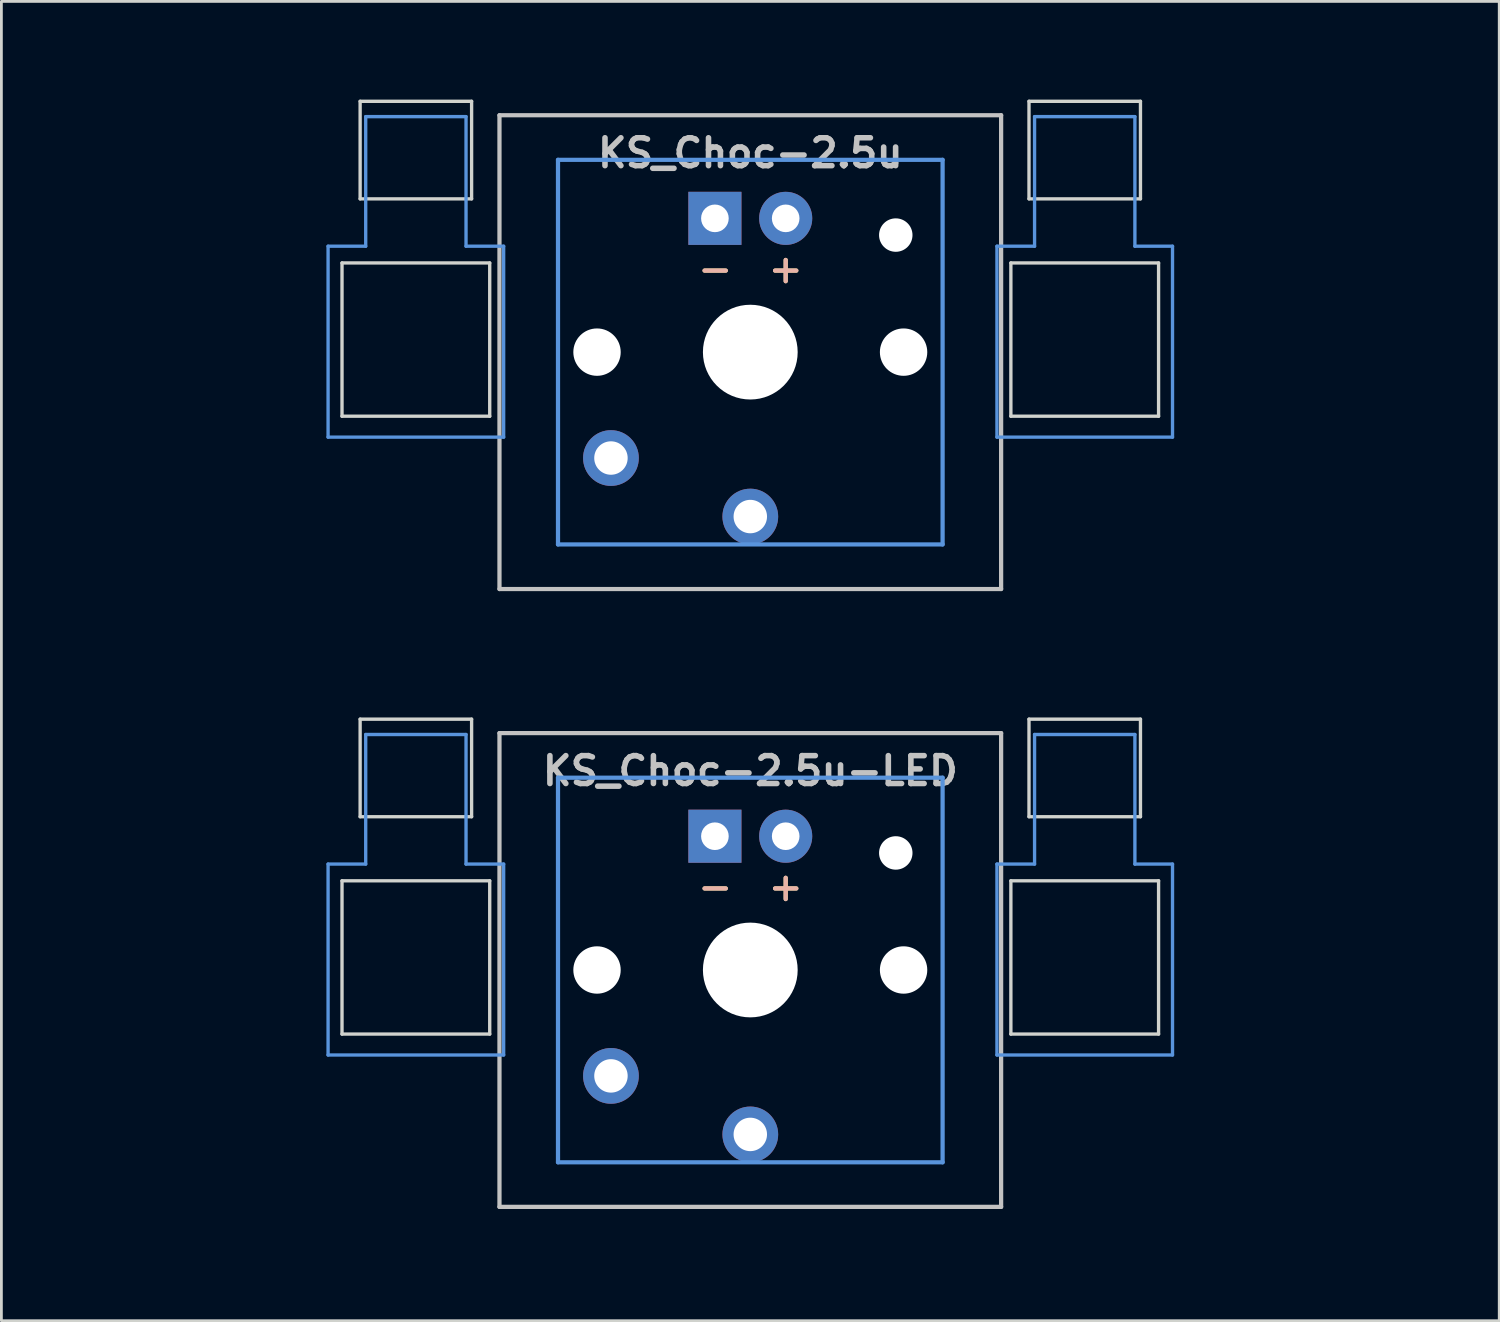
<source format=kicad_pcb>
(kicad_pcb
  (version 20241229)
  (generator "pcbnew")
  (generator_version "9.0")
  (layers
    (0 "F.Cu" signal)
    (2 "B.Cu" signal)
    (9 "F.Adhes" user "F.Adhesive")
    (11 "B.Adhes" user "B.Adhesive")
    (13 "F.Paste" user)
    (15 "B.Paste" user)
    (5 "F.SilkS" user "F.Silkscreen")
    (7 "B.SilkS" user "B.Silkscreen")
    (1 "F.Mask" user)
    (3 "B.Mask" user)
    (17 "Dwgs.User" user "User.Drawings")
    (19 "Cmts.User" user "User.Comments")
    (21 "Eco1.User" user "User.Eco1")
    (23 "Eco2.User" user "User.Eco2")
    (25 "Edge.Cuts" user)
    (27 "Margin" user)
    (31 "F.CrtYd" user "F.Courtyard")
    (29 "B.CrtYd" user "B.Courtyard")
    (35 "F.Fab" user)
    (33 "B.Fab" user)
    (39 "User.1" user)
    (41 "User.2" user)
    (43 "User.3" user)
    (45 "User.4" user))
  (footprint "KS_Choc-2.5u"
    (layer "F.Cu")
    (at 23.872 9.585)
    (property "Reference" "KS_Choc-2.5u" (at 0 -7.144 180) (layer "Dwgs.User") (effects (font (size 1 1) (thickness 0.2))))
    (attr through_hole)
    (fp_line (start -9 -8.5) (end 9 -8.5) (stroke (width 0.152) (type solid)) (layer "Dwgs.User"))
    (fp_line (start -9 8.5) (end -9 -8.5) (stroke (width 0.152) (type solid)) (layer "Dwgs.User"))
    (fp_line (start 9 -8.5) (end 9 8.5) (stroke (width 0.152) (type solid)) (layer "Dwgs.User"))
    (fp_line (start 9 8.5) (end -9 8.5) (stroke (width 0.152) (type solid)) (layer "Dwgs.User"))
    (fp_line (start -15.15 -3.8) (end -13.8 -3.8) (stroke (width 0.12) (type solid)) (layer "Cmts.User"))
    (fp_line (start -15.15 3.05) (end -15.15 -3.8) (stroke (width 0.12) (type solid)) (layer "Cmts.User"))
    (fp_line (start -15.15 3.05) (end -8.85 3.05) (stroke (width 0.12) (type solid)) (layer "Cmts.User"))
    (fp_line (start -13.8 -8.45) (end -13.8 -3.8) (stroke (width 0.12) (type solid)) (layer "Cmts.User"))
    (fp_line (start -13.8 -8.45) (end -10.2 -8.45) (stroke (width 0.12) (type solid)) (layer "Cmts.User"))
    (fp_line (start -10.2 -8.45) (end -10.2 -3.8) (stroke (width 0.12) (type solid)) (layer "Cmts.User"))
    (fp_line (start -10.2 -3.8) (end -8.85 -3.8) (stroke (width 0.12) (type solid)) (layer "Cmts.User"))
    (fp_line (start -8.85 3.05) (end -8.85 -3.8) (stroke (width 0.12) (type solid)) (layer "Cmts.User"))
    (fp_line (start -6.9 -6.9) (end 6.9 -6.9) (stroke (width 0.152) (type solid)) (layer "Cmts.User"))
    (fp_line (start -6.9 6.9) (end -6.9 -6.9) (stroke (width 0.152) (type solid)) (layer "Cmts.User"))
    (fp_line (start 6.9 -6.9) (end 6.9 6.9) (stroke (width 0.152) (type solid)) (layer "Cmts.User"))
    (fp_line (start 6.9 6.9) (end -6.9 6.9) (stroke (width 0.152) (type solid)) (layer "Cmts.User"))
    (fp_line (start 8.85 -3.8) (end 10.2 -3.8) (stroke (width 0.12) (type solid)) (layer "Cmts.User"))
    (fp_line (start 8.85 3.05) (end 8.85 -3.8) (stroke (width 0.12) (type solid)) (layer "Cmts.User"))
    (fp_line (start 8.85 3.05) (end 15.15 3.05) (stroke (width 0.12) (type solid)) (layer "Cmts.User"))
    (fp_line (start 10.2 -8.45) (end 10.2 -3.8) (stroke (width 0.12) (type solid)) (layer "Cmts.User"))
    (fp_line (start 10.2 -8.45) (end 13.8 -8.45) (stroke (width 0.12) (type solid)) (layer "Cmts.User"))
    (fp_line (start 13.8 -8.45) (end 13.8 -3.8) (stroke (width 0.12) (type solid)) (layer "Cmts.User"))
    (fp_line (start 13.8 -3.8) (end 15.15 -3.8) (stroke (width 0.12) (type solid)) (layer "Cmts.User"))
    (fp_line (start 15.15 3.05) (end 15.15 -3.8) (stroke (width 0.12) (type solid)) (layer "Cmts.User"))
    (fp_line (start -23.812 -9.525) (end -23.812 9.525) (stroke (width 0.12) (type solid)) (layer "Eco1.User"))
    (fp_line (start -23.812 -9.525) (end 23.812 -9.525) (stroke (width 0.12) (type solid)) (layer "Eco1.User"))
    (fp_line (start -23.812 9.525) (end 23.812 9.525) (stroke (width 0.12) (type solid)) (layer "Eco1.User"))
    (fp_line (start 23.812 -9.525) (end 23.812 9.525) (stroke (width 0.12) (type solid)) (layer "Eco1.User"))
    (fp_line (start -7.5 -7.5) (end 7.5 -7.5) (stroke (width 0.152) (type solid)) (layer "Eco2.User"))
    (fp_line (start -7.5 7.5) (end -7.5 -7.5) (stroke (width 0.152) (type solid)) (layer "Eco2.User"))
    (fp_line (start 7.5 -7.5) (end 7.5 7.5) (stroke (width 0.152) (type solid)) (layer "Eco2.User"))
    (fp_line (start 7.5 7.5) (end -7.5 7.5) (stroke (width 0.152) (type solid)) (layer "Eco2.User"))
    (fp_line (start -14.65 -3.2) (end -14.65 2.3) (stroke (width 0.12) (type solid)) (layer "Edge.Cuts"))
    (fp_line (start -14.65 -3.2) (end -9.35 -3.2) (stroke (width 0.12) (type solid)) (layer "Edge.Cuts"))
    (fp_line (start -14.65 2.3) (end -9.35 2.3) (stroke (width 0.12) (type solid)) (layer "Edge.Cuts"))
    (fp_line (start -14 -9) (end -14 -5.5) (stroke (width 0.12) (type solid)) (layer "Edge.Cuts"))
    (fp_line (start -14 -9) (end -10 -9) (stroke (width 0.12) (type solid)) (layer "Edge.Cuts"))
    (fp_line (start -14 -5.5) (end -10 -5.5) (stroke (width 0.12) (type solid)) (layer "Edge.Cuts"))
    (fp_line (start -10 -5.5) (end -10 -9) (stroke (width 0.12) (type solid)) (layer "Edge.Cuts"))
    (fp_line (start -9.35 2.3) (end -9.35 -3.2) (stroke (width 0.12) (type solid)) (layer "Edge.Cuts"))
    (fp_line (start 9.35 -3.2) (end 9.35 2.3) (stroke (width 0.12) (type solid)) (layer "Edge.Cuts"))
    (fp_line (start 9.35 -3.2) (end 14.65 -3.2) (stroke (width 0.12) (type solid)) (layer "Edge.Cuts"))
    (fp_line (start 9.35 2.3) (end 14.65 2.3) (stroke (width 0.12) (type solid)) (layer "Edge.Cuts"))
    (fp_line (start 10 -9) (end 10 -5.5) (stroke (width 0.12) (type solid)) (layer "Edge.Cuts"))
    (fp_line (start 10 -9) (end 14 -9) (stroke (width 0.12) (type solid)) (layer "Edge.Cuts"))
    (fp_line (start 10 -5.5) (end 14 -5.5) (stroke (width 0.12) (type solid)) (layer "Edge.Cuts"))
    (fp_line (start 14 -5.5) (end 14 -9) (stroke (width 0.12) (type solid)) (layer "Edge.Cuts"))
    (fp_line (start 14.65 2.3) (end 14.65 -3.2) (stroke (width 0.12) (type solid)) (layer "Edge.Cuts"))
    (fp_text user "+" (at 1.27 -3 180) (layer "F.SilkS") (effects (font (size 1 1) (thickness 0.15))))
    (fp_text user "-" (at -1.26 -3 180) (layer "F.SilkS") (effects (font (size 1 1) (thickness 0.15))))
    (fp_text user "+" (at 1.27 -3 180) (layer "B.SilkS") (effects (font (size 1 1) (thickness 0.15)) (justify mirror)))
    (fp_text user "-" (at -1.26 -3 180) (layer "B.SilkS") (effects (font (size 1 1) (thickness 0.15)) (justify mirror)))
    (pad "" np_thru_hole circle (at -5.5 0 180) (size 1.7 1.7) (drill 1.7) (layers "*.Cu" "*.Mask"))
    (pad "" np_thru_hole circle (at 0 0 180) (size 3.4 3.4) (drill 3.4) (layers "*.Cu" "*.Mask"))
    (pad "" np_thru_hole circle (at 5.22 -4.2 180) (size 1.2 1.2) (drill 1.2) (layers "*.Cu" "*.Mask"))
    (pad "" np_thru_hole circle (at 5.5 0 180) (size 1.7 1.7) (drill 1.7) (layers "*.Cu" "*.Mask"))
    (pad "1" thru_hole circle (at 0 5.9 180) (size 2 2) (drill 1.2) (layers "*.Cu" "*.Mask"))
    (pad "2" thru_hole circle (at -5 3.8 41.9) (size 2 2) (drill 1.2) (layers "*.Cu" "*.Mask"))
    (pad "3" thru_hole circle (at 1.27 -4.8 180) (size 1.905 1.905) (drill 0.991) (layers "*.Cu" "*.Mask"))
    (pad "4" thru_hole rect (at -1.27 -4.8 180) (size 1.905 1.905) (drill 0.991) (layers "*.Cu" "*.Mask")))
  (footprint "KS_Choc-2.5u-LED"
    (layer "F.Cu")
    (at 23.872 31.755)
    (property "Reference" "KS_Choc-2.5u-LED" (at 0 -7.144 180) (layer "Dwgs.User") (effects (font (size 1 1) (thickness 0.2))))
    (attr through_hole)
    (fp_line (start -9 -8.5) (end 9 -8.5) (stroke (width 0.152) (type solid)) (layer "Dwgs.User"))
    (fp_line (start -9 8.5) (end -9 -8.5) (stroke (width 0.152) (type solid)) (layer "Dwgs.User"))
    (fp_line (start 9 -8.5) (end 9 8.5) (stroke (width 0.152) (type solid)) (layer "Dwgs.User"))
    (fp_line (start 9 8.5) (end -9 8.5) (stroke (width 0.152) (type solid)) (layer "Dwgs.User"))
    (fp_line (start -15.15 -3.8) (end -13.8 -3.8) (stroke (width 0.12) (type solid)) (layer "Cmts.User"))
    (fp_line (start -15.15 3.05) (end -15.15 -3.8) (stroke (width 0.12) (type solid)) (layer "Cmts.User"))
    (fp_line (start -15.15 3.05) (end -8.85 3.05) (stroke (width 0.12) (type solid)) (layer "Cmts.User"))
    (fp_line (start -13.8 -8.45) (end -13.8 -3.8) (stroke (width 0.12) (type solid)) (layer "Cmts.User"))
    (fp_line (start -13.8 -8.45) (end -10.2 -8.45) (stroke (width 0.12) (type solid)) (layer "Cmts.User"))
    (fp_line (start -10.2 -8.45) (end -10.2 -3.8) (stroke (width 0.12) (type solid)) (layer "Cmts.User"))
    (fp_line (start -10.2 -3.8) (end -8.85 -3.8) (stroke (width 0.12) (type solid)) (layer "Cmts.User"))
    (fp_line (start -8.85 3.05) (end -8.85 -3.8) (stroke (width 0.12) (type solid)) (layer "Cmts.User"))
    (fp_line (start -6.9 -6.9) (end 6.9 -6.9) (stroke (width 0.152) (type solid)) (layer "Cmts.User"))
    (fp_line (start -6.9 6.9) (end -6.9 -6.9) (stroke (width 0.152) (type solid)) (layer "Cmts.User"))
    (fp_line (start 6.9 -6.9) (end 6.9 6.9) (stroke (width 0.152) (type solid)) (layer "Cmts.User"))
    (fp_line (start 6.9 6.9) (end -6.9 6.9) (stroke (width 0.152) (type solid)) (layer "Cmts.User"))
    (fp_line (start 8.85 -3.8) (end 10.2 -3.8) (stroke (width 0.12) (type solid)) (layer "Cmts.User"))
    (fp_line (start 8.85 3.05) (end 8.85 -3.8) (stroke (width 0.12) (type solid)) (layer "Cmts.User"))
    (fp_line (start 8.85 3.05) (end 15.15 3.05) (stroke (width 0.12) (type solid)) (layer "Cmts.User"))
    (fp_line (start 10.2 -8.45) (end 10.2 -3.8) (stroke (width 0.12) (type solid)) (layer "Cmts.User"))
    (fp_line (start 10.2 -8.45) (end 13.8 -8.45) (stroke (width 0.12) (type solid)) (layer "Cmts.User"))
    (fp_line (start 13.8 -8.45) (end 13.8 -3.8) (stroke (width 0.12) (type solid)) (layer "Cmts.User"))
    (fp_line (start 13.8 -3.8) (end 15.15 -3.8) (stroke (width 0.12) (type solid)) (layer "Cmts.User"))
    (fp_line (start 15.15 3.05) (end 15.15 -3.8) (stroke (width 0.12) (type solid)) (layer "Cmts.User"))
    (fp_line (start -23.812 -9.525) (end -23.812 9.525) (stroke (width 0.12) (type solid)) (layer "Eco1.User"))
    (fp_line (start -23.812 -9.525) (end 23.812 -9.525) (stroke (width 0.12) (type solid)) (layer "Eco1.User"))
    (fp_line (start -23.812 9.525) (end 23.812 9.525) (stroke (width 0.12) (type solid)) (layer "Eco1.User"))
    (fp_line (start 23.812 -9.525) (end 23.812 9.525) (stroke (width 0.12) (type solid)) (layer "Eco1.User"))
    (fp_line (start -7.5 -7.5) (end 7.5 -7.5) (stroke (width 0.152) (type solid)) (layer "Eco2.User"))
    (fp_line (start -7.5 7.5) (end -7.5 -7.5) (stroke (width 0.152) (type solid)) (layer "Eco2.User"))
    (fp_line (start 7.5 -7.5) (end 7.5 7.5) (stroke (width 0.152) (type solid)) (layer "Eco2.User"))
    (fp_line (start 7.5 7.5) (end -7.5 7.5) (stroke (width 0.152) (type solid)) (layer "Eco2.User"))
    (fp_line (start -14.65 -3.2) (end -14.65 2.3) (stroke (width 0.12) (type solid)) (layer "Edge.Cuts"))
    (fp_line (start -14.65 -3.2) (end -9.35 -3.2) (stroke (width 0.12) (type solid)) (layer "Edge.Cuts"))
    (fp_line (start -14.65 2.3) (end -9.35 2.3) (stroke (width 0.12) (type solid)) (layer "Edge.Cuts"))
    (fp_line (start -14 -9) (end -14 -5.5) (stroke (width 0.12) (type solid)) (layer "Edge.Cuts"))
    (fp_line (start -14 -9) (end -10 -9) (stroke (width 0.12) (type solid)) (layer "Edge.Cuts"))
    (fp_line (start -14 -5.5) (end -10 -5.5) (stroke (width 0.12) (type solid)) (layer "Edge.Cuts"))
    (fp_line (start -10 -5.5) (end -10 -9) (stroke (width 0.12) (type solid)) (layer "Edge.Cuts"))
    (fp_line (start -9.35 2.3) (end -9.35 -3.2) (stroke (width 0.12) (type solid)) (layer "Edge.Cuts"))
    (fp_line (start 9.35 -3.2) (end 9.35 2.3) (stroke (width 0.12) (type solid)) (layer "Edge.Cuts"))
    (fp_line (start 9.35 -3.2) (end 14.65 -3.2) (stroke (width 0.12) (type solid)) (layer "Edge.Cuts"))
    (fp_line (start 9.35 2.3) (end 14.65 2.3) (stroke (width 0.12) (type solid)) (layer "Edge.Cuts"))
    (fp_line (start 10 -9) (end 10 -5.5) (stroke (width 0.12) (type solid)) (layer "Edge.Cuts"))
    (fp_line (start 10 -9) (end 14 -9) (stroke (width 0.12) (type solid)) (layer "Edge.Cuts"))
    (fp_line (start 10 -5.5) (end 14 -5.5) (stroke (width 0.12) (type solid)) (layer "Edge.Cuts"))
    (fp_line (start 14 -5.5) (end 14 -9) (stroke (width 0.12) (type solid)) (layer "Edge.Cuts"))
    (fp_line (start 14.65 2.3) (end 14.65 -3.2) (stroke (width 0.12) (type solid)) (layer "Edge.Cuts"))
    (fp_text user "+" (at 1.27 -3 180) (layer "F.SilkS") (effects (font (size 1 1) (thickness 0.15))))
    (fp_text user "-" (at -1.26 -3 180) (layer "F.SilkS") (effects (font (size 1 1) (thickness 0.15))))
    (fp_text user "-" (at -1.26 -3 180) (layer "B.SilkS") (effects (font (size 1 1) (thickness 0.15)) (justify mirror)))
    (fp_text user "+" (at 1.27 -3 180) (layer "B.SilkS") (effects (font (size 1 1) (thickness 0.15)) (justify mirror)))
    (pad "" np_thru_hole circle (at -5.5 0 180) (size 1.7 1.7) (drill 1.7) (layers "*.Cu" "*.Mask"))
    (pad "" np_thru_hole circle (at 0 0 180) (size 3.4 3.4) (drill 3.4) (layers "*.Cu" "*.Mask"))
    (pad "" np_thru_hole circle (at 5.22 -4.2 180) (size 1.2 1.2) (drill 1.2) (layers "*.Cu" "*.Mask"))
    (pad "" np_thru_hole circle (at 5.5 0 180) (size 1.7 1.7) (drill 1.7) (layers "*.Cu" "*.Mask"))
    (pad "1" thru_hole circle (at 0 5.9 180) (size 2 2) (drill 1.2) (layers "*.Cu" "*.Mask"))
    (pad "2" thru_hole circle (at -5 3.8 41.9) (size 2 2) (drill 1.2) (layers "*.Cu" "*.Mask"))
    (pad "3" thru_hole circle (at 1.27 -4.8 180) (size 1.905 1.905) (drill 0.991) (layers "*.Cu" "*.Mask"))
    (pad "4" thru_hole rect (at -1.27 -4.8 180) (size 1.905 1.905) (drill 0.991) (layers "*.Cu" "*.Mask")))
  (gr_rect
    (start -3 -3)
    (end 50.745 44.34)
    (stroke (width 0.1) (type default))
    (fill no)
    (layer "Edge.Cuts")))
</source>
